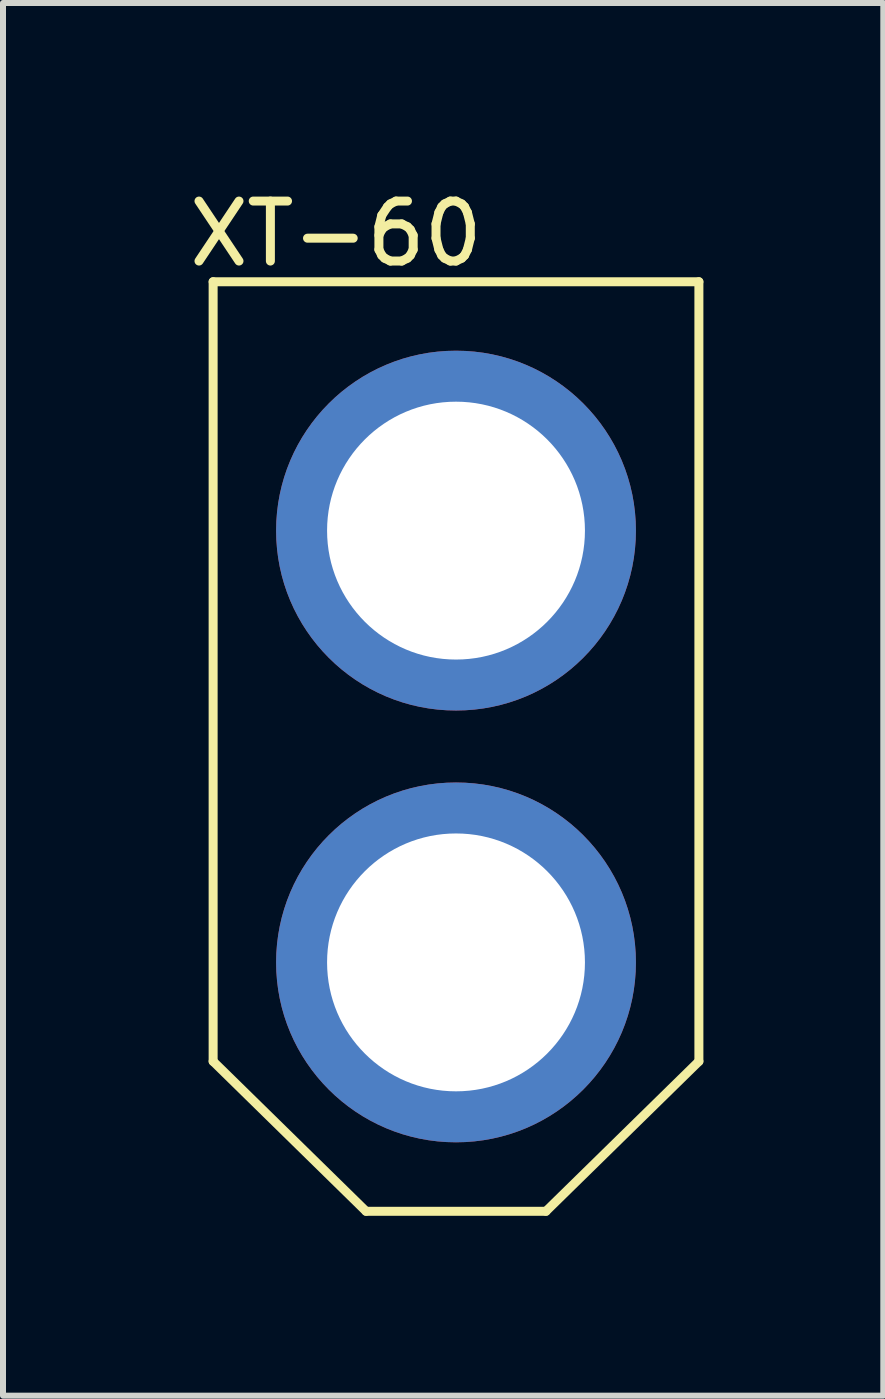
<source format=kicad_pcb>
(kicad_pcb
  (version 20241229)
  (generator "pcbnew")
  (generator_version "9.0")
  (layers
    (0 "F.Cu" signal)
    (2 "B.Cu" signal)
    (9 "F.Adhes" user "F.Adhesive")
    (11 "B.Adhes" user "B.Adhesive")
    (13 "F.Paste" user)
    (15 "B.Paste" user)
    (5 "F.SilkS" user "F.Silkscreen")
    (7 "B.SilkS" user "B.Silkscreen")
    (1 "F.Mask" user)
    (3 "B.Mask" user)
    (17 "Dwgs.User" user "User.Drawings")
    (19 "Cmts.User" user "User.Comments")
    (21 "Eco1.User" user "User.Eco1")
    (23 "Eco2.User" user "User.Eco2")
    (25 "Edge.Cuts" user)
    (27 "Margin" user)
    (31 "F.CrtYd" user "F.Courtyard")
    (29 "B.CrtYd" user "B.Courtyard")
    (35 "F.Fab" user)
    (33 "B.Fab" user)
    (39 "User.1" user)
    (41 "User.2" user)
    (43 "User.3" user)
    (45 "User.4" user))
  (footprint "XT-60"
    (layer "F.Cu")
    (at 4.554 5.798)
    (property "Reference" "XT-60" (at -2 -4.95 0) (layer "F.SilkS") (effects (font (size 1 1) (thickness 0.15))))
    (attr through_hole)
    (fp_line (start -4.05 -4.15) (end -4.05 8.85) (stroke (width 0.15) (type solid)) (layer "F.SilkS"))
    (fp_line (start -4.05 -4.15) (end 4.05 -4.15) (stroke (width 0.15) (type solid)) (layer "F.SilkS"))
    (fp_line (start -4.05 8.85) (end -1.5 11.35) (stroke (width 0.15) (type solid)) (layer "F.SilkS"))
    (fp_line (start -1.5 11.35) (end 1.5 11.35) (stroke (width 0.15) (type solid)) (layer "F.SilkS"))
    (fp_line (start 1.5 11.35) (end 4.05 8.85) (stroke (width 0.15) (type solid)) (layer "F.SilkS"))
    (fp_line (start 4.05 -4.15) (end 4.05 8.85) (stroke (width 0.15) (type solid)) (layer "F.SilkS"))
    (pad "1" thru_hole circle (at 0 0) (size 6 6) (drill 4.3) (layers "*.Cu" "*.Mask"))
    (pad "2" thru_hole circle (at 0 7.2) (size 6 6) (drill 4.3) (layers "*.Cu" "*.Mask")))
  (gr_rect
    (start -3 -3)
    (end 11.679 20.223)
    (stroke (width 0.1) (type default))
    (fill no)
    (layer "Edge.Cuts")))
</source>
